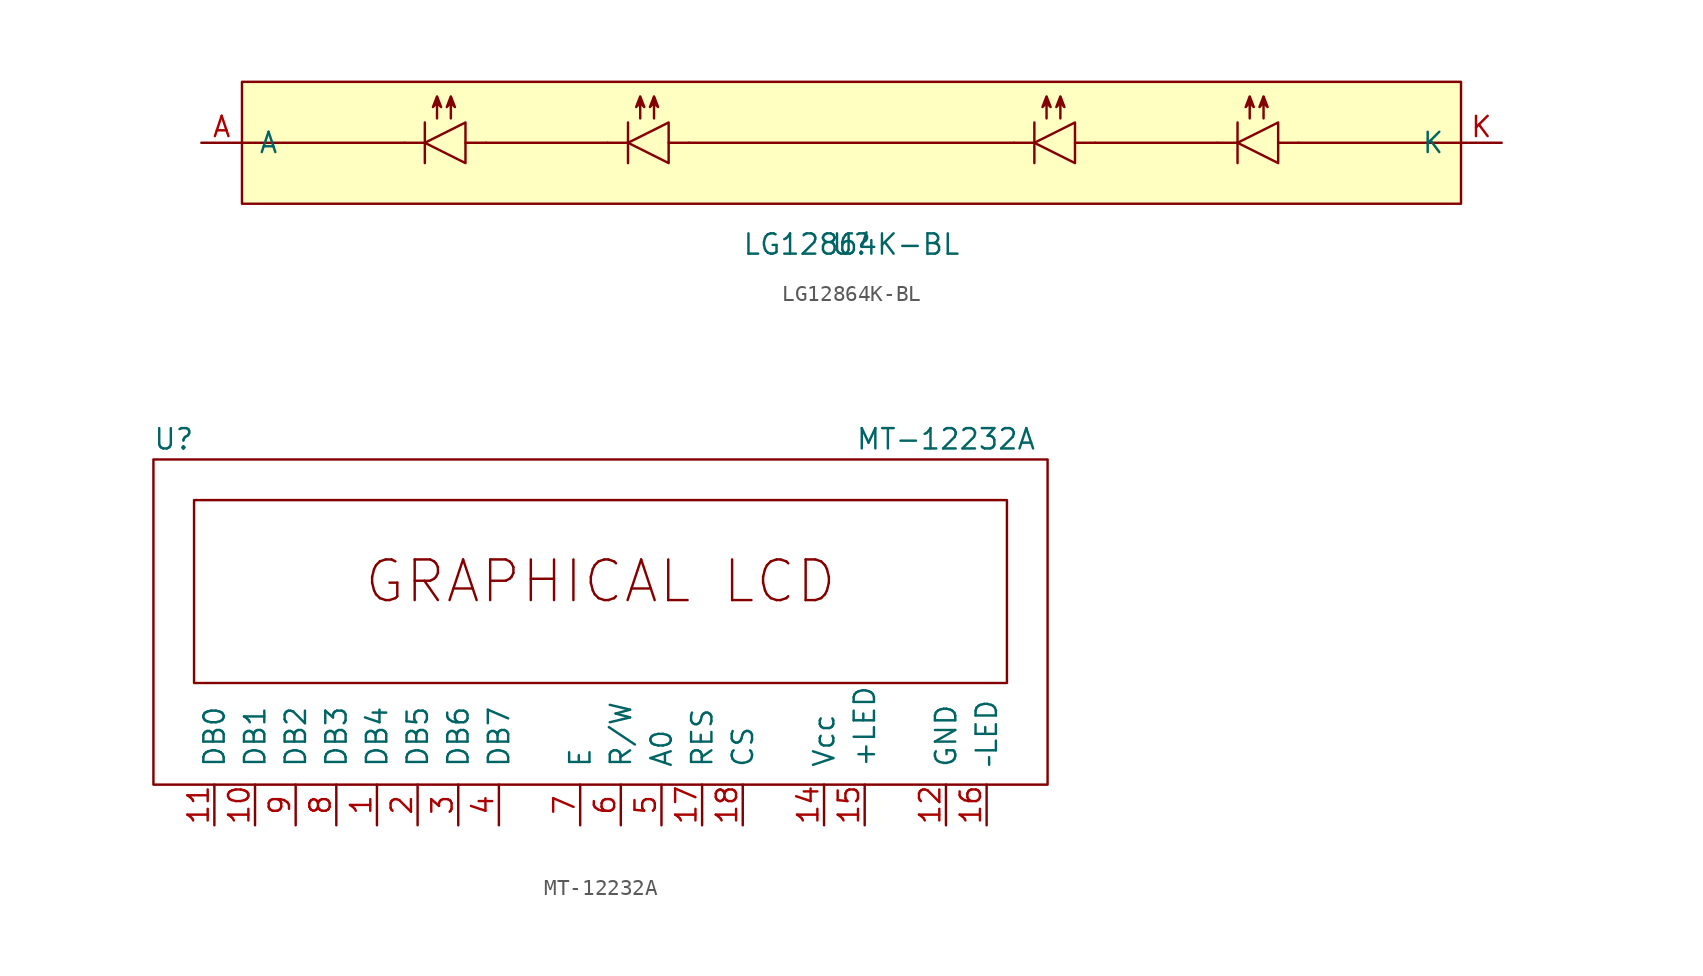
<source format=kicad_sym>
(kicad_symbol_lib
  (version 20201005)
  (generator kicad_symbol_editor)
  (symbol "LG12864K-BL"
    (pin_names
      (offset 1.016))
    (property "Reference" "U"
      (at 0 -2.54 0)
      (effects (font (size 1.27 1.27))))
    (property "Value" "LG12864K-BL"
      (at 0 -2.54 0)
      (effects (font (size 1.27 1.27))))
    (symbol "LG12864K-BL_0_1"
      (polyline (pts (xy -27.94 3.81) (xy -38.1 3.81)) (stroke (width 0)) (fill (type none)))
      (polyline (pts (xy -26.67 2.54) (xy -26.67 5.08)) (stroke (width 0)) (fill (type none)))
      (polyline (pts (xy -26.67 3.81) (xy -27.94 3.81)) (stroke (width 0)) (fill (type none)))
      (polyline (pts (xy -25.908 6.655) (xy -25.908 5.334)) (stroke (width 0)) (fill (type none)))
      (polyline (pts (xy -22.86 3.81) (xy -24.13 3.81)) (stroke (width 0)) (fill (type none)))
      (polyline (pts (xy -22.86 3.81) (xy -15.24 3.81)) (stroke (width 0)) (fill (type none)))
      (polyline (pts (xy -10.16 3.81) (xy 10.16 3.81)) (stroke (width 0)) (fill (type none)))
      (polyline (pts (xy 15.24 3.81) (xy 22.86 3.81)) (stroke (width 0)) (fill (type none)))
      (polyline (pts (xy 27.94 3.81) (xy 38.1 3.81)) (stroke (width 0)) (fill (type none)))
      (polyline (pts (xy -24.13 2.54) (xy -24.13 5.08) (xy -26.67 3.81) (xy -24.13 2.54)) (stroke (width 0)) (fill (type none)))
      (polyline (pts (xy -26.162 6.045) (xy -25.908 6.706) (xy -25.654 6.045) (xy -25.908 6.299) (xy -26.162 6.045)) (stroke (width 0)) (fill (type none))))
    (symbol "LG12864K-BL_1_1"
      (rectangle (start -38.1 0) (end 38.1 7.62) (stroke (width 0)) (fill (type background)))
      (polyline (pts (xy -25.044 6.655) (xy -25.044 5.334)) (stroke (width 0)) (fill (type none)))
      (polyline (pts (xy -13.97 2.54) (xy -13.97 5.08)) (stroke (width 0)) (fill (type none)))
      (polyline (pts (xy -13.97 3.81) (xy -15.24 3.81)) (stroke (width 0)) (fill (type none)))
      (polyline (pts (xy -13.208 6.655) (xy -13.208 5.334)) (stroke (width 0)) (fill (type none)))
      (polyline (pts (xy -12.344 6.655) (xy -12.344 5.334)) (stroke (width 0)) (fill (type none)))
      (polyline (pts (xy -10.16 3.81) (xy -11.43 3.81)) (stroke (width 0)) (fill (type none)))
      (polyline (pts (xy 11.43 2.54) (xy 11.43 5.08)) (stroke (width 0)) (fill (type none)))
      (polyline (pts (xy 11.43 3.81) (xy 10.16 3.81)) (stroke (width 0)) (fill (type none)))
      (polyline (pts (xy 12.192 6.655) (xy 12.192 5.334)) (stroke (width 0)) (fill (type none)))
      (polyline (pts (xy 13.056 6.655) (xy 13.056 5.334)) (stroke (width 0)) (fill (type none)))
      (polyline (pts (xy 15.24 3.81) (xy 13.97 3.81)) (stroke (width 0)) (fill (type none)))
      (polyline (pts (xy 24.13 2.54) (xy 24.13 5.08)) (stroke (width 0)) (fill (type none)))
      (polyline (pts (xy 24.13 3.81) (xy 22.86 3.81)) (stroke (width 0)) (fill (type none)))
      (polyline (pts (xy 24.892 6.655) (xy 24.892 5.334)) (stroke (width 0)) (fill (type none)))
      (polyline (pts (xy 25.756 6.655) (xy 25.756 5.334)) (stroke (width 0)) (fill (type none)))
      (polyline (pts (xy 27.94 3.81) (xy 26.67 3.81)) (stroke (width 0)) (fill (type none)))
      (polyline (pts (xy -11.43 2.54) (xy -11.43 5.08) (xy -13.97 3.81) (xy -11.43 2.54)) (stroke (width 0)) (fill (type none)))
      (polyline (pts (xy 13.97 2.54) (xy 13.97 5.08) (xy 11.43 3.81) (xy 13.97 2.54)) (stroke (width 0)) (fill (type none)))
      (polyline (pts (xy 26.67 2.54) (xy 26.67 5.08) (xy 24.13 3.81) (xy 26.67 2.54)) (stroke (width 0)) (fill (type none)))
      (polyline (pts (xy -25.298 6.045) (xy -25.044 6.706) (xy -24.79 6.045) (xy -25.044 6.299) (xy -25.298 6.045)) (stroke (width 0)) (fill (type none)))
      (polyline (pts (xy -13.462 6.045) (xy -13.208 6.706) (xy -12.954 6.045) (xy -13.208 6.299) (xy -13.462 6.045)) (stroke (width 0)) (fill (type none)))
      (polyline (pts (xy -12.598 6.045) (xy -12.344 6.706) (xy -12.09 6.045) (xy -12.344 6.299) (xy -12.598 6.045)) (stroke (width 0)) (fill (type none)))
      (polyline (pts (xy 11.938 6.045) (xy 12.192 6.706) (xy 12.446 6.045) (xy 12.192 6.299) (xy 11.938 6.045)) (stroke (width 0)) (fill (type none)))
      (polyline (pts (xy 12.802 6.045) (xy 13.056 6.706) (xy 13.31 6.045) (xy 13.056 6.299) (xy 12.802 6.045)) (stroke (width 0)) (fill (type none)))
      (polyline (pts (xy 24.638 6.045) (xy 24.892 6.706) (xy 25.146 6.045) (xy 24.892 6.299) (xy 24.638 6.045)) (stroke (width 0)) (fill (type none)))
      (polyline (pts (xy 25.502 6.045) (xy 25.756 6.706) (xy 26.01 6.045) (xy 25.756 6.299) (xy 25.502 6.045)) (stroke (width 0)) (fill (type none)))
      (pin input line (at -40.64 3.81 0) (length 2.54) (name "A" (effects (font (size 1.27 1.27)))) (number "A" (effects (font (size 1.27 1.27)))))
      (pin input line (at 40.64 3.81 180) (length 2.54) (name "K" (effects (font (size 1.27 1.27)))) (number "K" (effects (font (size 1.27 1.27)))))))
  (symbol "MT-12232A"
    (pin_names
      (offset 1.016))
    (property "Reference" "U"
      (at -26.67 8.89 0)
      (effects (font (size 1.27 1.27))))
    (property "Value" "MT-12232A"
      (at 21.59 8.89 0)
      (effects (font (size 1.27 1.27))))
    (symbol "MT-12232A_0_0"
      (text "GRAPHICAL LCD" (at 0 0 0) (effects (font (size 2.54 2.54)))))
    (symbol "MT-12232A_0_1"
      (rectangle (start -27.94 7.62) (end 27.94 -12.7) (stroke (width 0)) (fill (type none)))
      (rectangle (start -25.4 5.08) (end 25.4 -6.35) (stroke (width 0)) (fill (type none))))
    (symbol "MT-12232A_1_1"
      (pin bidirectional line (at -13.97 -15.24 90) (length 2.54) (name "DB4" (effects (font (size 1.27 1.27)))) (number "1" (effects (font (size 1.27 1.27)))))
      (pin bidirectional line (at -21.59 -15.24 90) (length 2.54) (name "DB1" (effects (font (size 1.27 1.27)))) (number "10" (effects (font (size 1.27 1.27)))))
      (pin bidirectional line (at -24.13 -15.24 90) (length 2.54) (name "DB0" (effects (font (size 1.27 1.27)))) (number "11" (effects (font (size 1.27 1.27)))))
      (pin power_in line (at 21.59 -15.24 90) (length 2.54) (name "GND" (effects (font (size 1.27 1.27)))) (number "12" (effects (font (size 1.27 1.27)))))
      (pin no_connect line (at -3.81 -13.97 90) (length 2.54) hide (name "NC" (effects (font (size 1.27 1.27)))) (number "13" (effects (font (size 1.27 1.27)))))
      (pin power_in line (at 13.97 -15.24 90) (length 2.54) (name "Vcc" (effects (font (size 1.27 1.27)))) (number "14" (effects (font (size 1.27 1.27)))))
      (pin input line (at 16.51 -15.24 90) (length 2.54) (name "+LED" (effects (font (size 1.27 1.27)))) (number "15" (effects (font (size 1.27 1.27)))))
      (pin input line (at 24.13 -15.24 90) (length 2.54) (name "–LED" (effects (font (size 1.27 1.27)))) (number "16" (effects (font (size 1.27 1.27)))))
      (pin input line (at 6.35 -15.24 90) (length 2.54) (name "RES" (effects (font (size 1.27 1.27)))) (number "17" (effects (font (size 1.27 1.27)))))
      (pin input line (at 8.89 -15.24 90) (length 2.54) (name "CS" (effects (font (size 1.27 1.27)))) (number "18" (effects (font (size 1.27 1.27)))))
      (pin bidirectional line (at -11.43 -15.24 90) (length 2.54) (name "DB5" (effects (font (size 1.27 1.27)))) (number "2" (effects (font (size 1.27 1.27)))))
      (pin bidirectional line (at -8.89 -15.24 90) (length 2.54) (name "DB6" (effects (font (size 1.27 1.27)))) (number "3" (effects (font (size 1.27 1.27)))))
      (pin bidirectional line (at -6.35 -15.24 90) (length 2.54) (name "DB7" (effects (font (size 1.27 1.27)))) (number "4" (effects (font (size 1.27 1.27)))))
      (pin input line (at 3.81 -15.24 90) (length 2.54) (name "A0" (effects (font (size 1.27 1.27)))) (number "5" (effects (font (size 1.27 1.27)))))
      (pin input line (at 1.27 -15.24 90) (length 2.54) (name "R/W" (effects (font (size 1.27 1.27)))) (number "6" (effects (font (size 1.27 1.27)))))
      (pin input line (at -1.27 -15.24 90) (length 2.54) (name "E" (effects (font (size 1.27 1.27)))) (number "7" (effects (font (size 1.27 1.27)))))
      (pin bidirectional line (at -16.51 -15.24 90) (length 2.54) (name "DB3" (effects (font (size 1.27 1.27)))) (number "8" (effects (font (size 1.27 1.27)))))
      (pin bidirectional line (at -19.05 -15.24 90) (length 2.54) (name "DB2" (effects (font (size 1.27 1.27)))) (number "9" (effects (font (size 1.27 1.27))))))))
</source>
